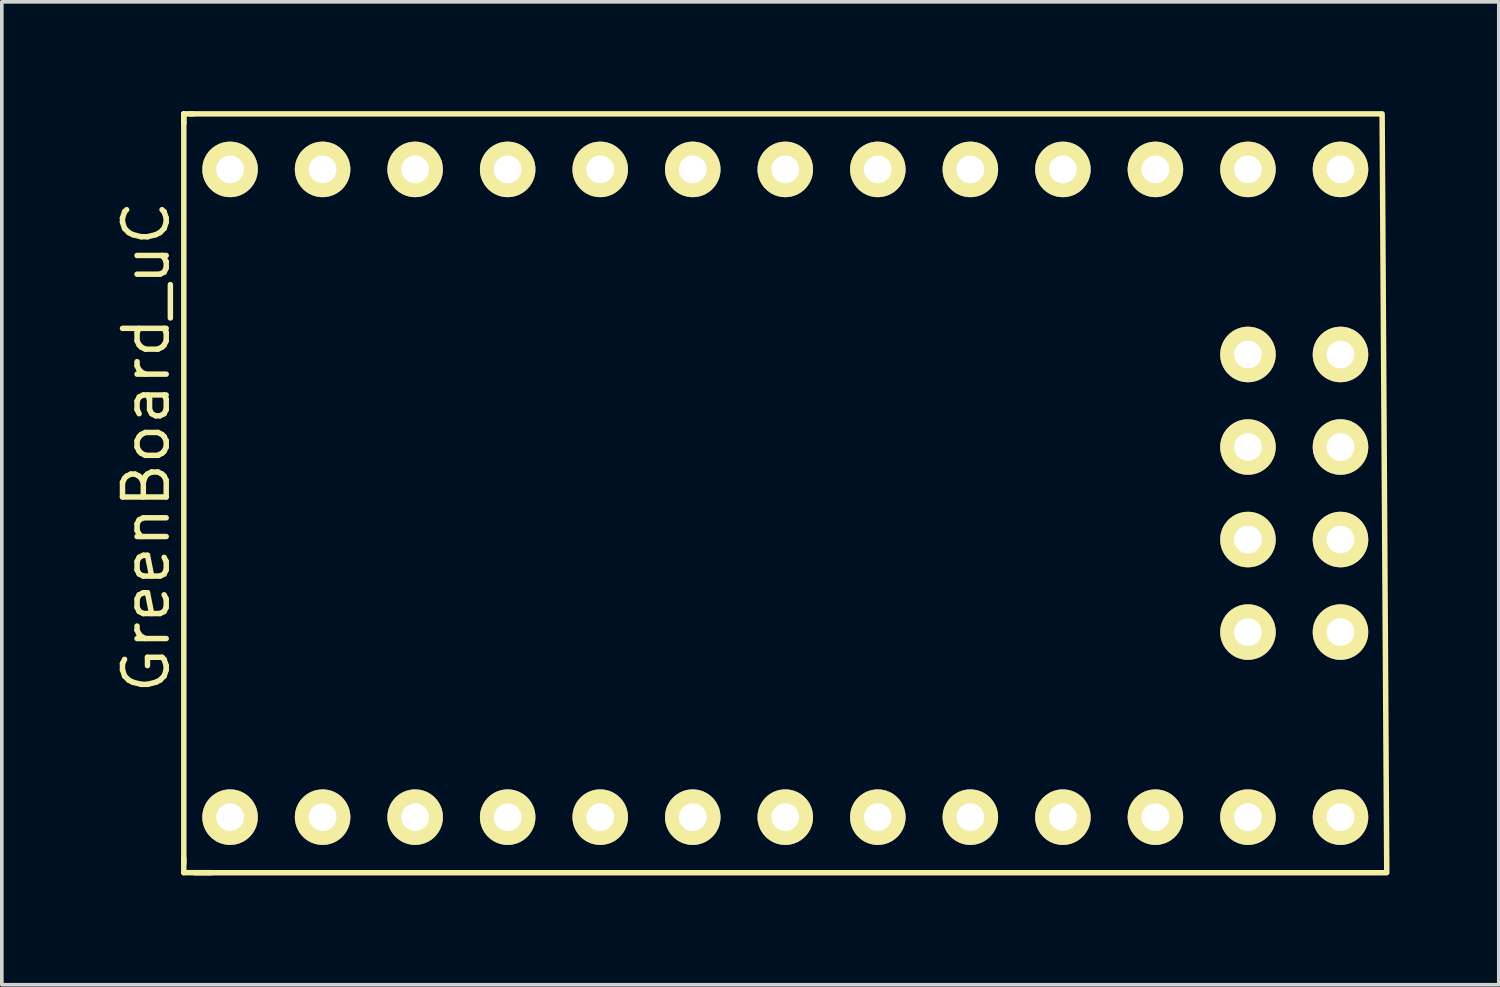
<source format=kicad_pcb>
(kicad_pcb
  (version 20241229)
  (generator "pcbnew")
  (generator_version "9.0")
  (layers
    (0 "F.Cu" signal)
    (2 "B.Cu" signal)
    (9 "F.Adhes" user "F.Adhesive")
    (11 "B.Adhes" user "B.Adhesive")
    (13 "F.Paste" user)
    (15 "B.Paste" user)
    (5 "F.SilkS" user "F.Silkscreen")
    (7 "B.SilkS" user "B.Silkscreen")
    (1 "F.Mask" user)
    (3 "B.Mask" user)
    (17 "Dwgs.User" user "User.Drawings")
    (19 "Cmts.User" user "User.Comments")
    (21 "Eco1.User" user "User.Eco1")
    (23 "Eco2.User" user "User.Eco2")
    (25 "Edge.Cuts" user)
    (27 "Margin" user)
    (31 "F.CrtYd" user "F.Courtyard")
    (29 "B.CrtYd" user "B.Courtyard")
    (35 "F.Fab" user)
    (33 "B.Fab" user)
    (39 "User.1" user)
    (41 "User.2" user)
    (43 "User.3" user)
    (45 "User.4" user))
  (footprint "GreenBoard_uC"
    (layer "F.Cu")
    (at 18.505 9.22)
    (property "Reference" "GreenBoard_uC" (at -17.54 0 90) (layer "F.SilkS") (effects (font (size 1.2 1.2) (thickness 0.15))))
    (attr through_hole)
    (fp_line (start -16.51 -9.144) (end -16.51 -8.89) (stroke (width 0.15) (type solid)) (layer "F.SilkS"))
    (fp_line (start -16.51 -9.144) (end -16.256 -9.144) (stroke (width 0.15) (type solid)) (layer "F.SilkS"))
    (fp_line (start -16.51 -8.89) (end -16.51 -9.144) (stroke (width 0.15) (type solid)) (layer "F.SilkS"))
    (fp_line (start -16.51 -8.89) (end -16.51 11.43) (stroke (width 0.15) (type solid)) (layer "F.SilkS"))
    (fp_line (start -16.51 11.303) (end -16.51 11.684) (stroke (width 0.15) (type solid)) (layer "F.SilkS"))
    (fp_line (start -16.51 11.684) (end -15.748 11.684) (stroke (width 0.15) (type solid)) (layer "F.SilkS"))
    (fp_line (start -16.213 11.685) (end 16.467 11.685) (stroke (width 0.15) (type solid)) (layer "F.SilkS"))
    (fp_line (start 16.34 -9.145) (end -16.34 -9.145) (stroke (width 0.15) (type solid)) (layer "F.SilkS"))
    (fp_line (start 16.383 -9.144) (end 16.51 11.684) (stroke (width 0.15) (type solid)) (layer "F.SilkS"))
    (pad "1" thru_hole circle (at -15.24 10.16) (size 1.524 1.524) (drill 0.762) (layers "*.Cu" "*.Mask" "F.SilkS"))
    (pad "2" thru_hole circle (at -12.7 10.16) (size 1.524 1.524) (drill 0.762) (layers "*.Cu" "*.Mask" "F.SilkS"))
    (pad "3" thru_hole circle (at -10.16 10.16) (size 1.524 1.524) (drill 0.762) (layers "*.Cu" "*.Mask" "F.SilkS"))
    (pad "4" thru_hole circle (at -7.62 10.16) (size 1.524 1.524) (drill 0.762) (layers "*.Cu" "*.Mask" "F.SilkS"))
    (pad "5" thru_hole circle (at -5.08 10.16) (size 1.524 1.524) (drill 0.762) (layers "*.Cu" "*.Mask" "F.SilkS"))
    (pad "6" thru_hole circle (at -2.54 10.16) (size 1.524 1.524) (drill 0.762) (layers "*.Cu" "*.Mask" "F.SilkS"))
    (pad "7" thru_hole circle (at 0 10.16) (size 1.524 1.524) (drill 0.762) (layers "*.Cu" "*.Mask" "F.SilkS"))
    (pad "8" thru_hole circle (at 2.54 10.16) (size 1.524 1.524) (drill 0.762) (layers "*.Cu" "*.Mask" "F.SilkS"))
    (pad "9" thru_hole circle (at 5.08 10.16) (size 1.524 1.524) (drill 0.762) (layers "*.Cu" "*.Mask" "F.SilkS"))
    (pad "10" thru_hole circle (at 7.62 10.16) (size 1.524 1.524) (drill 0.762) (layers "*.Cu" "*.Mask" "F.SilkS"))
    (pad "11" thru_hole circle (at 10.16 10.16) (size 1.524 1.524) (drill 0.762) (layers "*.Cu" "*.Mask" "F.SilkS"))
    (pad "12" thru_hole circle (at 12.7 10.16) (size 1.524 1.524) (drill 0.762) (layers "*.Cu" "*.Mask" "F.SilkS"))
    (pad "13" thru_hole circle (at 15.24 10.16) (size 1.524 1.524) (drill 0.762) (layers "*.Cu" "*.Mask" "F.SilkS"))
    (pad "14" thru_hole circle (at 15.24 -7.62) (size 1.524 1.524) (drill 0.762) (layers "*.Cu" "*.Mask" "F.SilkS"))
    (pad "15" thru_hole circle (at 12.7 -7.62) (size 1.524 1.524) (drill 0.762) (layers "*.Cu" "*.Mask" "F.SilkS"))
    (pad "16" thru_hole circle (at 10.16 -7.62) (size 1.524 1.524) (drill 0.762) (layers "*.Cu" "*.Mask" "F.SilkS"))
    (pad "17" thru_hole circle (at 7.62 -7.62) (size 1.524 1.524) (drill 0.762) (layers "*.Cu" "*.Mask" "F.SilkS"))
    (pad "18" thru_hole circle (at 5.08 -7.62) (size 1.524 1.524) (drill 0.762) (layers "*.Cu" "*.Mask" "F.SilkS"))
    (pad "19" thru_hole circle (at 2.54 -7.62) (size 1.524 1.524) (drill 0.762) (layers "*.Cu" "*.Mask" "F.SilkS"))
    (pad "20" thru_hole circle (at 0 -7.62) (size 1.524 1.524) (drill 0.762) (layers "*.Cu" "*.Mask" "F.SilkS"))
    (pad "21" thru_hole circle (at -2.54 -7.62) (size 1.524 1.524) (drill 0.762) (layers "*.Cu" "*.Mask" "F.SilkS"))
    (pad "22" thru_hole circle (at -5.08 -7.62) (size 1.524 1.524) (drill 0.762) (layers "*.Cu" "*.Mask" "F.SilkS"))
    (pad "23" thru_hole circle (at -7.62 -7.62) (size 1.524 1.524) (drill 0.762) (layers "*.Cu" "*.Mask" "F.SilkS"))
    (pad "24" thru_hole circle (at -10.16 -7.62) (size 1.524 1.524) (drill 0.762) (layers "*.Cu" "*.Mask" "F.SilkS"))
    (pad "25" thru_hole circle (at -12.7 -7.62) (size 1.524 1.524) (drill 0.762) (layers "*.Cu" "*.Mask" "F.SilkS"))
    (pad "26" thru_hole circle (at -15.24 -7.62) (size 1.524 1.524) (drill 0.762) (layers "*.Cu" "*.Mask" "F.SilkS"))
    (pad "27" thru_hole circle (at 12.7 0) (size 1.524 1.524) (drill 0.762) (layers "*.Cu" "*.Mask" "F.SilkS"))
    (pad "28" thru_hole circle (at 15.24 0) (size 1.524 1.524) (drill 0.762) (layers "*.Cu" "*.Mask" "F.SilkS"))
    (pad "29" thru_hole circle (at 12.7 2.54) (size 1.524 1.524) (drill 0.762) (layers "*.Cu" "*.Mask" "F.SilkS"))
    (pad "30" thru_hole circle (at 15.24 2.54) (size 1.524 1.524) (drill 0.762) (layers "*.Cu" "*.Mask" "F.SilkS"))
    (pad "31" thru_hole circle (at 12.7 5.08) (size 1.524 1.524) (drill 0.762) (layers "*.Cu" "*.Mask" "F.SilkS"))
    (pad "32" thru_hole circle (at 15.24 5.08) (size 1.524 1.524) (drill 0.762) (layers "*.Cu" "*.Mask" "F.SilkS"))
    (pad "33" thru_hole circle (at 12.7 -2.54) (size 1.524 1.524) (drill 0.762) (layers "*.Cu" "*.Mask" "F.SilkS"))
    (pad "34" thru_hole circle (at 15.24 -2.54) (size 1.524 1.524) (drill 0.762) (layers "*.Cu" "*.Mask" "F.SilkS")))
  (gr_rect
    (start -3 -3)
    (end 38.09 23.981)
    (stroke (width 0.1) (type default))
    (fill no)
    (layer "Edge.Cuts")))
</source>
